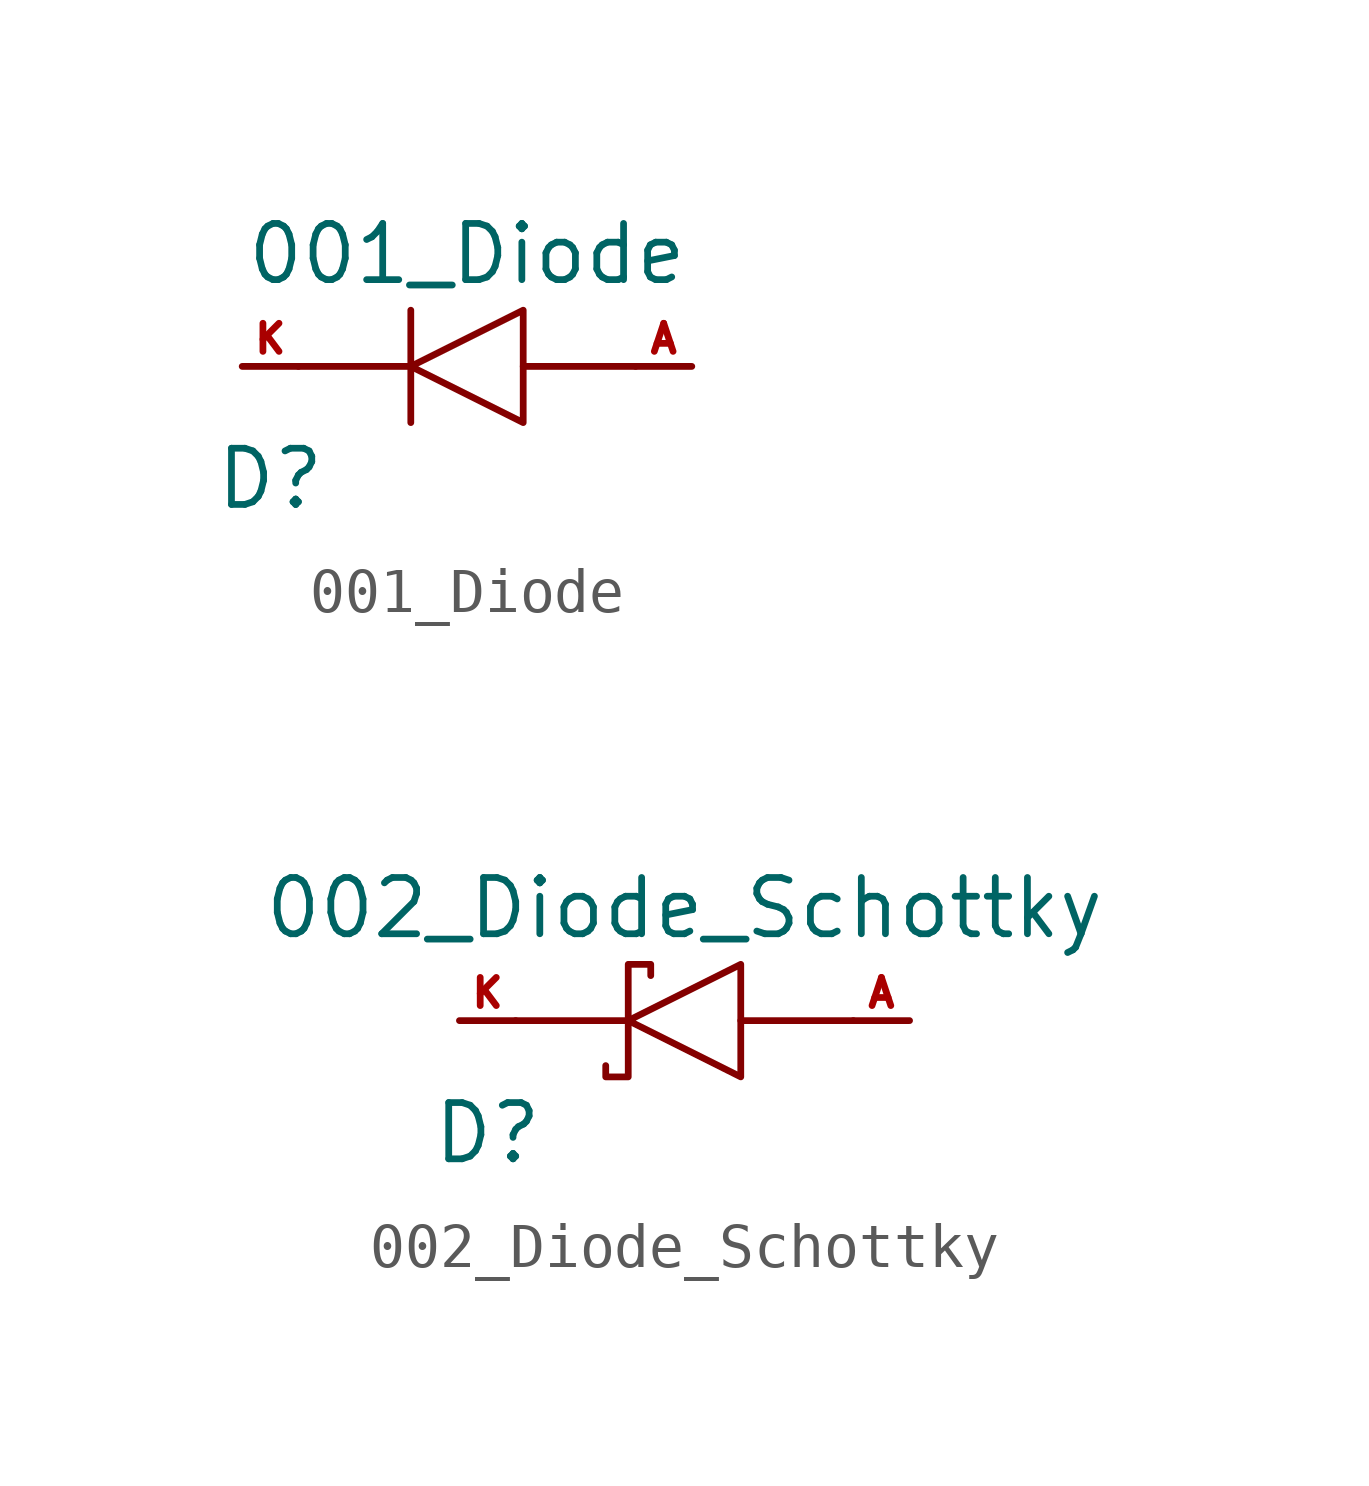
<source format=kicad_sym>
(kicad_symbol_lib
  (version 20211014)
  (generator kicad_symbol_editor)
  (symbol "001_Diode"
    (pin_names
      (offset 1.016) hide)
    (property "Reference" "D"
      (at -4.445 -2.54 0)
      (effects (font (size 1.27 1.27))))
    (property "Value" "001_Diode"
      (at 0 2.54 0)
      (effects (font (size 1.27 1.27))))
    (symbol "001_Diode_0_1"
      (polyline (pts (xy -3.81 0) (xy -1.27 0)) (stroke (width 0) (type default) (color 0 0 0 0)) (fill (type none)))
      (polyline (pts (xy -1.27 1.27) (xy -1.27 -1.27)) (stroke (width 0) (type default) (color 0 0 0 0)) (fill (type none)))
      (polyline (pts (xy 1.27 0) (xy 3.81 0)) (stroke (width 0) (type default) (color 0 0 0 0)) (fill (type none)))
      (polyline (pts (xy 1.27 1.27) (xy -1.27 0) (xy 1.27 -1.27) (xy 1.27 1.27)) (stroke (width 0) (type default) (color 0 0 0 0)) (fill (type none))))
    (symbol "001_Diode_1_1"
      (pin passive line (at 5.08 0 180) (length 1.27) (name "Anode" (effects (font (size 0.635 0.635)))) (number "A" (effects (font (size 0.635 0.635)))))
      (pin passive line (at -5.08 0 0) (length 1.27) (name "Cathode" (effects (font (size 0.635 0.635)))) (number "K" (effects (font (size 0.635 0.635)))))))
  (symbol "002_Diode_Schottky"
    (pin_names
      (offset 1.016) hide)
    (property "Reference" "D"
      (at -4.445 -2.54 0)
      (effects (font (size 1.27 1.27))))
    (property "Value" "002_Diode_Schottky"
      (at 0 2.54 0)
      (effects (font (size 1.27 1.27))))
    (symbol "002_Diode_Schottky_0_1"
      (polyline (pts (xy -0.762 1.016) (xy -0.762 1.27) (xy -1.27 1.27) (xy -1.27 -1.27) (xy -1.778 -1.27) (xy -1.778 -1.016)) (stroke (width 0) (type default) (color 0 0 0 0)) (fill (type none)))
      (polyline (pts (xy -3.81 0) (xy -1.27 0)) (stroke (width 0) (type default) (color 0 0 0 0)) (fill (type none)))
      (polyline (pts (xy 1.27 0) (xy 3.81 0)) (stroke (width 0) (type default) (color 0 0 0 0)) (fill (type none)))
      (polyline (pts (xy 1.27 1.27) (xy -1.27 0) (xy 1.27 -1.27) (xy 1.27 1.27)) (stroke (width 0) (type default) (color 0 0 0 0)) (fill (type none))))
    (symbol "002_Diode_Schottky_1_1"
      (pin passive line (at 5.08 0 180) (length 1.27) (name "Anode" (effects (font (size 0.635 0.635)))) (number "A" (effects (font (size 0.635 0.635)))))
      (pin passive line (at -5.08 0 0) (length 1.27) (name "Cathode" (effects (font (size 0.635 0.635)))) (number "K" (effects (font (size 0.635 0.635))))))))
</source>
